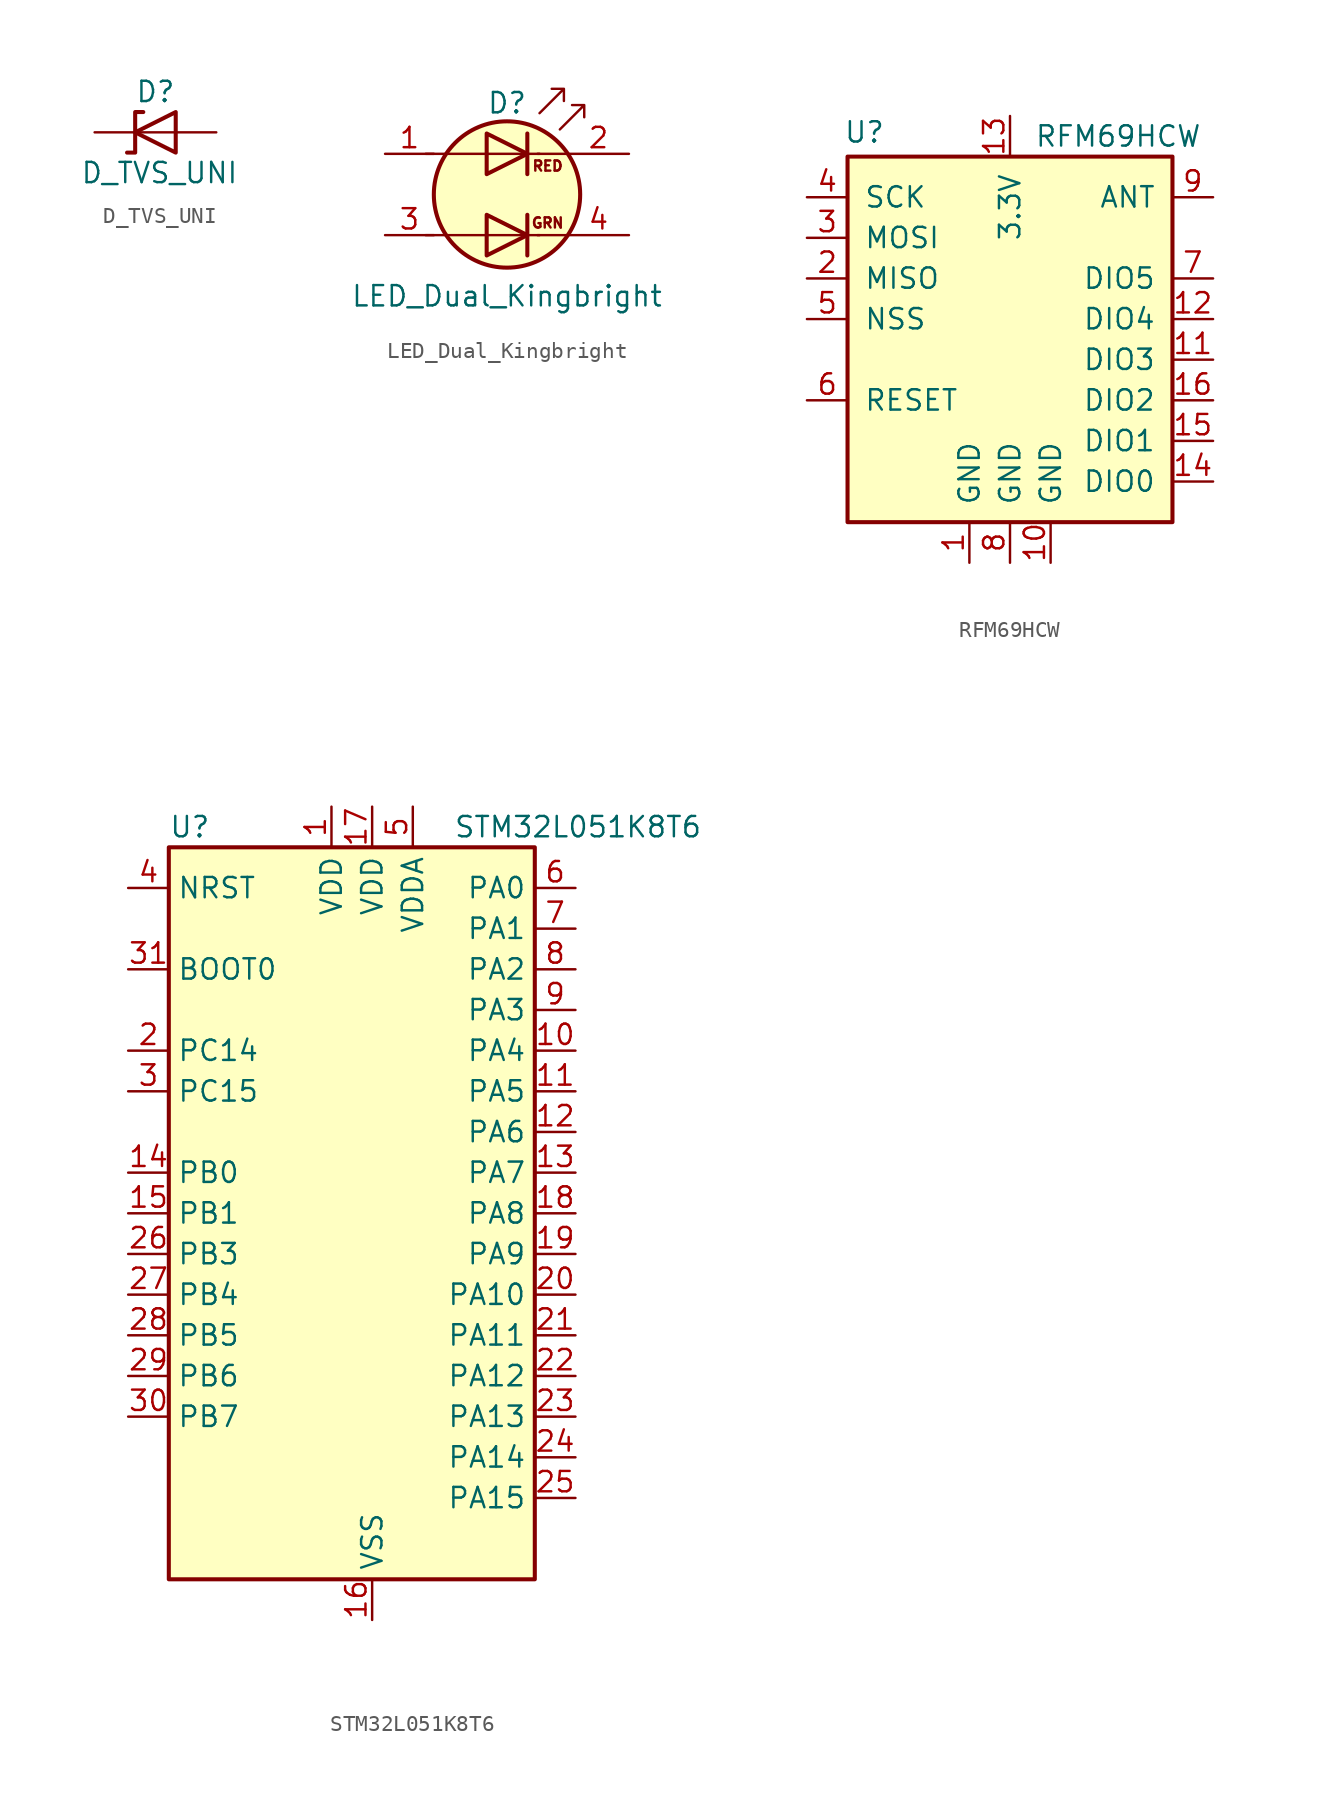
<source format=kicad_sym>
(kicad_symbol_lib
  (version 20231120)
  (generator "kicad_symbol_editor")
  (generator_version "8.0")
  (symbol "D_TVS_UNI"
    (pin_numbers hide)
    (pin_names
      (offset 1.016) hide)
    (property "Reference" "D"
      (at 0 2.54 0)
      (effects (font (size 1.27 1.27))))
    (property "Value" "D_TVS_UNI"
      (at 0.254 -2.54 0)
      (effects (font (size 1.27 1.27))))
    (symbol "D_TVS_UNI_0_1"
      (polyline (pts (xy 1.27 0) (xy -1.27 0)) (stroke (width 0) (type default)) (fill (type none)))
      (polyline (pts (xy -0.762 1.27) (xy -1.27 1.27) (xy -1.27 -1.27) (xy -1.778 -1.27)) (stroke (width 0.254) (type default)) (fill (type none)))
      (polyline (pts (xy -1.27 0) (xy -1.27 0) (xy 1.27 1.27) (xy 1.27 -1.27) (xy -1.27 0)) (stroke (width 0.254) (type default)) (fill (type none))))
    (symbol "D_TVS_UNI_1_1"
      (pin passive line (at -3.81 0 0) (length 2.54) (name "A1" (effects (font (size 1.27 1.27)))) (number "1" (effects (font (size 1.27 1.27)))))
      (pin passive line (at 3.81 0 180) (length 2.54) (name "A2" (effects (font (size 1.27 1.27)))) (number "2" (effects (font (size 1.27 1.27)))))))
  (symbol "LED_Dual_Kingbright"
    (pin_names
      (offset 0) hide)
    (property "Reference" "D"
      (at 0 5.715 0)
      (effects (font (size 1.27 1.27))))
    (property "Value" "LED_Dual_Kingbright"
      (at 0 -6.35 0)
      (effects (font (size 1.27 1.27))))
    (symbol "LED_Dual_Kingbright_0_1"
      (polyline (pts (xy -5.08 -2.54) (xy 2.032 -2.54)) (stroke (width 0) (type default)) (fill (type none)))
      (polyline (pts (xy -5.08 2.54) (xy 2.032 2.54)) (stroke (width 0) (type default)) (fill (type none)))
      (polyline (pts (xy 1.27 -1.27) (xy 1.27 -3.81)) (stroke (width 0.254) (type default)) (fill (type none)))
      (polyline (pts (xy 1.27 3.81) (xy 1.27 1.27)) (stroke (width 0.254) (type default)) (fill (type none)))
      (polyline (pts (xy 3.81 -2.54) (xy 1.905 -2.54)) (stroke (width 0) (type default)) (fill (type none)))
      (polyline (pts (xy 3.81 2.54) (xy 1.905 2.54)) (stroke (width 0) (type default)) (fill (type none)))
      (polyline (pts (xy -1.27 -1.27) (xy -1.27 -3.81) (xy 1.27 -2.54) (xy -1.27 -1.27)) (stroke (width 0.254) (type default)) (fill (type none)))
      (polyline (pts (xy -1.27 3.81) (xy -1.27 1.27) (xy 1.27 2.54) (xy -1.27 3.81)) (stroke (width 0.254) (type default)) (fill (type none)))
      (polyline (pts (xy 2.032 5.08) (xy 3.556 6.604) (xy 2.794 6.604) (xy 3.556 6.604) (xy 3.556 5.842)) (stroke (width 0) (type default)) (fill (type none)))
      (polyline (pts (xy 3.302 4.064) (xy 4.826 5.588) (xy 4.064 5.588) (xy 4.826 5.588) (xy 4.826 4.826)) (stroke (width 0) (type default)) (fill (type none)))
      (circle (center 0 0) (radius 4.572) (stroke (width 0.254) (type default)) (fill (type background))))
    (symbol "LED_Dual_Kingbright_1_1"
      (text "GRN" (at 2.54 -1.778 0) (effects (font (size 0.635 0.635))))
      (text "RED" (at 2.54 1.778 0) (effects (font (size 0.635 0.635))))
      (pin input line (at -7.62 2.54 0) (length 3.048) (name "A1" (effects (font (size 1.27 1.27)))) (number "1" (effects (font (size 1.27 1.27)))))
      (pin input line (at 7.62 2.54 180) (length 3.81) (name "K1" (effects (font (size 1.27 1.27)))) (number "2" (effects (font (size 1.27 1.27)))))
      (pin input line (at -7.62 -2.54 0) (length 3.048) (name "A2" (effects (font (size 1.27 1.27)))) (number "3" (effects (font (size 1.27 1.27)))))
      (pin input line (at 7.62 -2.54 180) (length 3.81) (name "K2" (effects (font (size 1.27 1.27)))) (number "4" (effects (font (size 1.27 1.27)))))))
  (symbol "RFM69HCW"
    (pin_names
      (offset 1.016))
    (property "Reference" "U"
      (at -10.414 11.684 0)
      (effects (font (size 1.27 1.27)) (justify left)))
    (property "Value" "RFM69HCW"
      (at 1.524 11.43 0)
      (effects (font (size 1.27 1.27)) (justify left)))
    (symbol "RFM69HCW_0_1"
      (rectangle (start -10.16 10.16) (end 10.16 -12.7) (stroke (width 0.254) (type default)) (fill (type background))))
    (symbol "RFM69HCW_1_1"
      (pin power_in line (at -2.54 -15.24 90) (length 2.54) (name "GND" (effects (font (size 1.27 1.27)))) (number "1" (effects (font (size 1.27 1.27)))))
      (pin power_in line (at 2.54 -15.24 90) (length 2.54) (name "GND" (effects (font (size 1.27 1.27)))) (number "10" (effects (font (size 1.27 1.27)))))
      (pin bidirectional line (at 12.7 -2.54 180) (length 2.54) (name "DIO3" (effects (font (size 1.27 1.27)))) (number "11" (effects (font (size 1.27 1.27)))))
      (pin bidirectional line (at 12.7 0 180) (length 2.54) (name "DIO4" (effects (font (size 1.27 1.27)))) (number "12" (effects (font (size 1.27 1.27)))))
      (pin power_in line (at 0 12.7 270) (length 2.54) (name "3.3V" (effects (font (size 1.27 1.27)))) (number "13" (effects (font (size 1.27 1.27)))))
      (pin bidirectional line (at 12.7 -10.16 180) (length 2.54) (name "DIO0" (effects (font (size 1.27 1.27)))) (number "14" (effects (font (size 1.27 1.27)))))
      (pin bidirectional line (at 12.7 -7.62 180) (length 2.54) (name "DIO1" (effects (font (size 1.27 1.27)))) (number "15" (effects (font (size 1.27 1.27)))))
      (pin bidirectional line (at 12.7 -5.08 180) (length 2.54) (name "DIO2" (effects (font (size 1.27 1.27)))) (number "16" (effects (font (size 1.27 1.27)))))
      (pin output line (at -12.7 2.54 0) (length 2.54) (name "MISO" (effects (font (size 1.27 1.27)))) (number "2" (effects (font (size 1.27 1.27)))))
      (pin input line (at -12.7 5.08 0) (length 2.54) (name "MOSI" (effects (font (size 1.27 1.27)))) (number "3" (effects (font (size 1.27 1.27)))))
      (pin input line (at -12.7 7.62 0) (length 2.54) (name "SCK" (effects (font (size 1.27 1.27)))) (number "4" (effects (font (size 1.27 1.27)))))
      (pin input line (at -12.7 0 0) (length 2.54) (name "NSS" (effects (font (size 1.27 1.27)))) (number "5" (effects (font (size 1.27 1.27)))))
      (pin bidirectional line (at -12.7 -5.08 0) (length 2.54) (name "RESET" (effects (font (size 1.27 1.27)))) (number "6" (effects (font (size 1.27 1.27)))))
      (pin bidirectional line (at 12.7 2.54 180) (length 2.54) (name "DIO5" (effects (font (size 1.27 1.27)))) (number "7" (effects (font (size 1.27 1.27)))))
      (pin power_in line (at 0 -15.24 90) (length 2.54) (name "GND" (effects (font (size 1.27 1.27)))) (number "8" (effects (font (size 1.27 1.27)))))
      (pin bidirectional line (at 12.7 7.62 180) (length 2.54) (name "ANT" (effects (font (size 1.27 1.27)))) (number "9" (effects (font (size 1.27 1.27)))))))
  (symbol "STM32L051K8T6"
    (property "Reference" "U"
      (at -10.16 24.13 0)
      (effects (font (size 1.27 1.27)) (justify left)))
    (property "Value" "STM32L051K8T6"
      (at 7.62 24.13 0)
      (effects (font (size 1.27 1.27)) (justify left)))
    (symbol "STM32L051K8T6_0_1"
      (rectangle (start -10.16 22.86) (end 12.7 -22.86) (stroke (width 0.254) (type default)) (fill (type background))))
    (symbol "STM32L051K8T6_1_1"
      (pin power_in line (at 0 25.4 270) (length 2.54) (name "VDD" (effects (font (size 1.27 1.27)))) (number "1" (effects (font (size 1.27 1.27)))))
      (pin bidirectional line (at 15.24 10.16 180) (length 2.54) (name "PA4" (effects (font (size 1.27 1.27)))) (number "10" (effects (font (size 1.27 1.27)))) (alternate "ADC_IN4" bidirectional line) (alternate "COMP1_INM" bidirectional line) (alternate "COMP2_INM" bidirectional line) (alternate "SPI1_NSS" bidirectional line) (alternate "TIM22_ETR" bidirectional line) (alternate "USART2_CK" bidirectional line))
      (pin bidirectional line (at 15.24 7.62 180) (length 2.54) (name "PA5" (effects (font (size 1.27 1.27)))) (number "11" (effects (font (size 1.27 1.27)))) (alternate "ADC_IN5" bidirectional line) (alternate "COMP1_INM" bidirectional line) (alternate "COMP2_INM" bidirectional line) (alternate "SPI1_SCK" bidirectional line) (alternate "TIM2_CH1" bidirectional line) (alternate "TIM2_ETR" bidirectional line))
      (pin bidirectional line (at 15.24 5.08 180) (length 2.54) (name "PA6" (effects (font (size 1.27 1.27)))) (number "12" (effects (font (size 1.27 1.27)))) (alternate "ADC_IN6" bidirectional line) (alternate "COMP1_OUT" bidirectional line) (alternate "SPI1_MISO" bidirectional line) (alternate "TIM22_CH1" bidirectional line))
      (pin bidirectional line (at 15.24 2.54 180) (length 2.54) (name "PA7" (effects (font (size 1.27 1.27)))) (number "13" (effects (font (size 1.27 1.27)))) (alternate "ADC_IN7" bidirectional line) (alternate "COMP2_OUT" bidirectional line) (alternate "SPI1_MOSI" bidirectional line) (alternate "TIM22_CH2" bidirectional line))
      (pin bidirectional line (at -12.7 2.54 0) (length 2.54) (name "PB0" (effects (font (size 1.27 1.27)))) (number "14" (effects (font (size 1.27 1.27)))) (alternate "ADC_IN8" bidirectional line) (alternate "SYS_VREF_OUT_PB0" bidirectional line))
      (pin bidirectional line (at -12.7 0 0) (length 2.54) (name "PB1" (effects (font (size 1.27 1.27)))) (number "15" (effects (font (size 1.27 1.27)))) (alternate "ADC_IN9" bidirectional line) (alternate "SYS_VREF_OUT_PB1" bidirectional line))
      (pin power_in line (at 2.54 -25.4 90) (length 2.54) (name "VSS" (effects (font (size 1.27 1.27)))) (number "16" (effects (font (size 1.27 1.27)))))
      (pin power_in line (at 2.54 25.4 270) (length 2.54) (name "VDD" (effects (font (size 1.27 1.27)))) (number "17" (effects (font (size 1.27 1.27)))))
      (pin bidirectional line (at 15.24 0 180) (length 2.54) (name "PA8" (effects (font (size 1.27 1.27)))) (number "18" (effects (font (size 1.27 1.27)))) (alternate "RCC_MCO" bidirectional line) (alternate "USART1_CK" bidirectional line))
      (pin bidirectional line (at 15.24 -2.54 180) (length 2.54) (name "PA9" (effects (font (size 1.27 1.27)))) (number "19" (effects (font (size 1.27 1.27)))) (alternate "RCC_MCO" bidirectional line) (alternate "USART1_TX" bidirectional line))
      (pin bidirectional line (at -12.7 10.16 0) (length 2.54) (name "PC14" (effects (font (size 1.27 1.27)))) (number "2" (effects (font (size 1.27 1.27)))) (alternate "RCC_OSC32_IN" bidirectional line))
      (pin bidirectional line (at 15.24 -5.08 180) (length 2.54) (name "PA10" (effects (font (size 1.27 1.27)))) (number "20" (effects (font (size 1.27 1.27)))) (alternate "USART1_RX" bidirectional line))
      (pin bidirectional line (at 15.24 -7.62 180) (length 2.54) (name "PA11" (effects (font (size 1.27 1.27)))) (number "21" (effects (font (size 1.27 1.27)))) (alternate "ADC_EXTI11" bidirectional line) (alternate "COMP1_OUT" bidirectional line) (alternate "SPI1_MISO" bidirectional line) (alternate "USART1_CTS" bidirectional line))
      (pin bidirectional line (at 15.24 -10.16 180) (length 2.54) (name "PA12" (effects (font (size 1.27 1.27)))) (number "22" (effects (font (size 1.27 1.27)))) (alternate "COMP2_OUT" bidirectional line) (alternate "SPI1_MOSI" bidirectional line) (alternate "USART1_DE" bidirectional line) (alternate "USART1_RTS" bidirectional line))
      (pin bidirectional line (at 15.24 -12.7 180) (length 2.54) (name "PA13" (effects (font (size 1.27 1.27)))) (number "23" (effects (font (size 1.27 1.27)))) (alternate "SYS_SWDIO" bidirectional line))
      (pin bidirectional line (at 15.24 -15.24 180) (length 2.54) (name "PA14" (effects (font (size 1.27 1.27)))) (number "24" (effects (font (size 1.27 1.27)))) (alternate "SYS_SWCLK" bidirectional line) (alternate "USART2_TX" bidirectional line))
      (pin bidirectional line (at 15.24 -17.78 180) (length 2.54) (name "PA15" (effects (font (size 1.27 1.27)))) (number "25" (effects (font (size 1.27 1.27)))) (alternate "SPI1_NSS" bidirectional line) (alternate "TIM2_CH1" bidirectional line) (alternate "TIM2_ETR" bidirectional line) (alternate "USART2_RX" bidirectional line))
      (pin bidirectional line (at -12.7 -2.54 0) (length 2.54) (name "PB3" (effects (font (size 1.27 1.27)))) (number "26" (effects (font (size 1.27 1.27)))) (alternate "COMP2_INM" bidirectional line) (alternate "SPI1_SCK" bidirectional line) (alternate "TIM2_CH2" bidirectional line))
      (pin bidirectional line (at -12.7 -5.08 0) (length 2.54) (name "PB4" (effects (font (size 1.27 1.27)))) (number "27" (effects (font (size 1.27 1.27)))) (alternate "COMP2_INP" bidirectional line) (alternate "SPI1_MISO" bidirectional line) (alternate "TIM22_CH1" bidirectional line))
      (pin bidirectional line (at -12.7 -7.62 0) (length 2.54) (name "PB5" (effects (font (size 1.27 1.27)))) (number "28" (effects (font (size 1.27 1.27)))) (alternate "COMP2_INP" bidirectional line) (alternate "I2C1_SMBA" bidirectional line) (alternate "LPTIM1_IN1" bidirectional line) (alternate "SPI1_MOSI" bidirectional line) (alternate "TIM22_CH2" bidirectional line))
      (pin bidirectional line (at -12.7 -10.16 0) (length 2.54) (name "PB6" (effects (font (size 1.27 1.27)))) (number "29" (effects (font (size 1.27 1.27)))) (alternate "COMP2_INP" bidirectional line) (alternate "I2C1_SCL" bidirectional line) (alternate "LPTIM1_ETR" bidirectional line) (alternate "USART1_TX" bidirectional line))
      (pin bidirectional line (at -12.7 7.62 0) (length 2.54) (name "PC15" (effects (font (size 1.27 1.27)))) (number "3" (effects (font (size 1.27 1.27)))) (alternate "RCC_OSC32_OUT" bidirectional line))
      (pin bidirectional line (at -12.7 -12.7 0) (length 2.54) (name "PB7" (effects (font (size 1.27 1.27)))) (number "30" (effects (font (size 1.27 1.27)))) (alternate "COMP2_INP" bidirectional line) (alternate "I2C1_SDA" bidirectional line) (alternate "LPTIM1_IN2" bidirectional line) (alternate "SYS_PVD_IN" bidirectional line) (alternate "USART1_RX" bidirectional line))
      (pin input line (at -12.7 15.24 0) (length 2.54) (name "BOOT0" (effects (font (size 1.27 1.27)))) (number "31" (effects (font (size 1.27 1.27)))))
      (pin passive line (at 2.54 -25.4 90) (length 2.54) hide (name "VSS" (effects (font (size 1.27 1.27)))) (number "32" (effects (font (size 1.27 1.27)))))
      (pin passive line (at -12.7 20.32 0) (length 2.54) (name "NRST" (effects (font (size 1.27 1.27)))) (number "4" (effects (font (size 1.27 1.27)))))
      (pin power_in line (at 5.08 25.4 270) (length 2.54) (name "VDDA" (effects (font (size 1.27 1.27)))) (number "5" (effects (font (size 1.27 1.27)))))
      (pin bidirectional line (at 15.24 20.32 180) (length 2.54) (name "PA0" (effects (font (size 1.27 1.27)))) (number "6" (effects (font (size 1.27 1.27)))) (alternate "ADC_IN0" bidirectional line) (alternate "COMP1_INM" bidirectional line) (alternate "COMP1_OUT" bidirectional line) (alternate "RTC_TAMP2" bidirectional line) (alternate "SYS_WKUP1" bidirectional line) (alternate "TIM2_CH1" bidirectional line) (alternate "TIM2_ETR" bidirectional line) (alternate "USART2_CTS" bidirectional line))
      (pin bidirectional line (at 15.24 17.78 180) (length 2.54) (name "PA1" (effects (font (size 1.27 1.27)))) (number "7" (effects (font (size 1.27 1.27)))) (alternate "ADC_IN1" bidirectional line) (alternate "COMP1_INP" bidirectional line) (alternate "TIM21_ETR" bidirectional line) (alternate "TIM2_CH2" bidirectional line) (alternate "USART2_DE" bidirectional line) (alternate "USART2_RTS" bidirectional line))
      (pin bidirectional line (at 15.24 15.24 180) (length 2.54) (name "PA2" (effects (font (size 1.27 1.27)))) (number "8" (effects (font (size 1.27 1.27)))) (alternate "ADC_IN2" bidirectional line) (alternate "COMP2_INM" bidirectional line) (alternate "COMP2_OUT" bidirectional line) (alternate "TIM21_CH1" bidirectional line) (alternate "TIM2_CH3" bidirectional line) (alternate "USART2_TX" bidirectional line))
      (pin bidirectional line (at 15.24 12.7 180) (length 2.54) (name "PA3" (effects (font (size 1.27 1.27)))) (number "9" (effects (font (size 1.27 1.27)))) (alternate "ADC_IN3" bidirectional line) (alternate "COMP2_INP" bidirectional line) (alternate "TIM21_CH2" bidirectional line) (alternate "TIM2_CH4" bidirectional line) (alternate "USART2_RX" bidirectional line)))))
</source>
